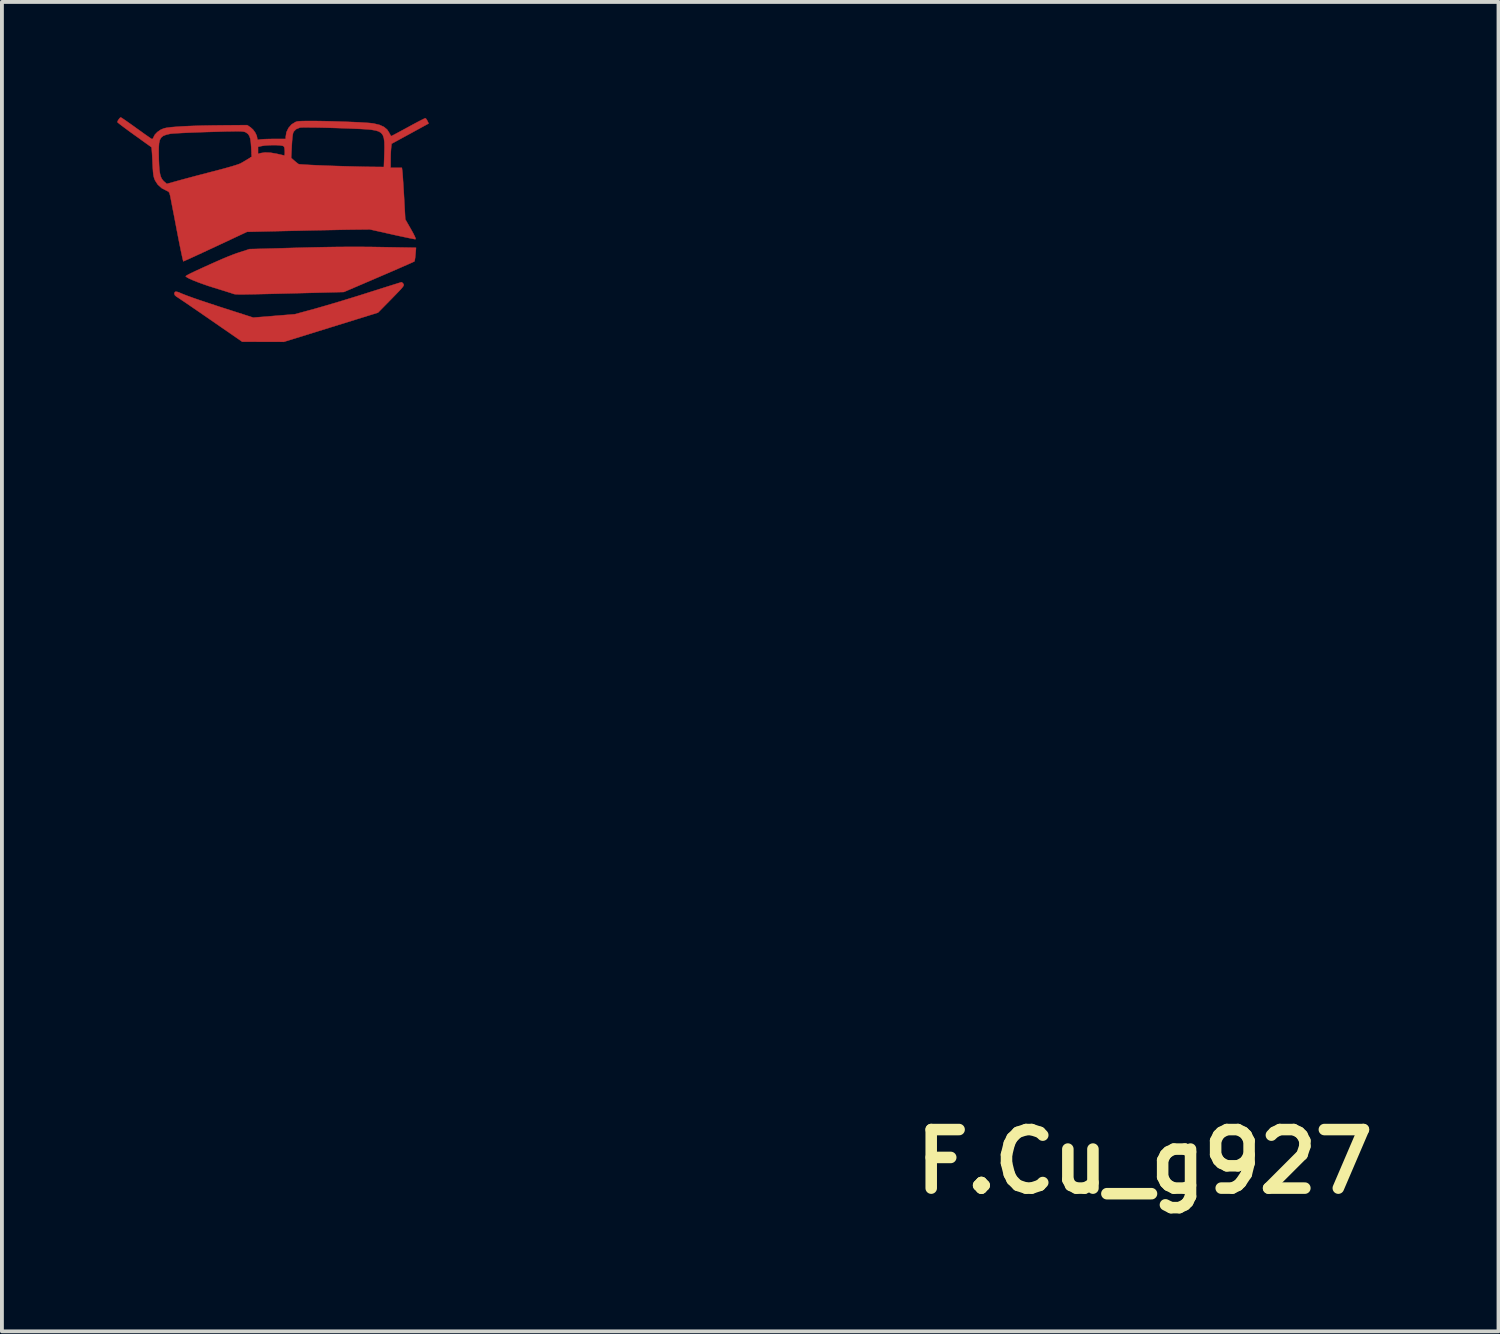
<source format=kicad_pcb>
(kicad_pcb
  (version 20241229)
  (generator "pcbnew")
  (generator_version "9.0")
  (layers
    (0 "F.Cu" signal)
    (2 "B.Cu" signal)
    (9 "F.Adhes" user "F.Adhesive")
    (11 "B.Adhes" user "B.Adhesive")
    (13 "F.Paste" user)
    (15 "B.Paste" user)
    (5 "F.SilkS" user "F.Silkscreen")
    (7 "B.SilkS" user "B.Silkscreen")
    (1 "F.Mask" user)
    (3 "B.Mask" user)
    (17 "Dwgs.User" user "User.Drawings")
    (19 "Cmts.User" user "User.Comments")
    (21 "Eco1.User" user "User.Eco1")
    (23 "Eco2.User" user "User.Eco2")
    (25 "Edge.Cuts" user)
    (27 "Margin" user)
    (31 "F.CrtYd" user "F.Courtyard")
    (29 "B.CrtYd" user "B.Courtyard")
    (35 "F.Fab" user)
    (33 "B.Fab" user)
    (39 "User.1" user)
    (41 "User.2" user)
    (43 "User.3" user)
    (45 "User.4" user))
  (footprint "F.Cu_g927"
    (layer "F.Cu")
    (at 26.738 27.183)
    (property "Reference" "F.Cu_g927" (at 0 0 0) (layer "F.SilkS") (effects (font (size 1.524 1.524) (thickness 0.3))))
    (attr through_hole)
    (fp_poly (pts (xy -19.316 -22.876) (xy -19.29 -22.846) (xy -19.282 -22.83) (xy -19.28 -22.813) (xy -19.289 -22.79) (xy -19.311 -22.758) (xy -19.351 -22.711) (xy -19.41 -22.648) (xy -19.493 -22.562) (xy -19.602 -22.45) (xy -19.604 -22.448) (xy -19.95 -22.096) (xy -21.176 -21.716) (xy -22.401 -21.336) (xy -23.484 -21.339) (xy -24.31 -21.91) (xy -24.478 -22.026) (xy -24.637 -22.136) (xy -24.784 -22.236) (xy -24.913 -22.325) (xy -25.023 -22.399) (xy -25.109 -22.457) (xy -25.167 -22.496) (xy -25.194 -22.512) (xy -25.236 -22.549) (xy -25.252 -22.592) (xy -25.239 -22.629) (xy -25.221 -22.641) (xy -25.184 -22.639) (xy -25.127 -22.622) (xy -25.099 -22.609) (xy -25.023 -22.577) (xy -24.909 -22.533) (xy -24.757 -22.478) (xy -24.569 -22.413) (xy -24.346 -22.339) (xy -24.09 -22.254) (xy -23.806 -22.163) (xy -23.197 -21.967) (xy -22.655 -22.011) (xy -22.114 -22.055) (xy -21.603 -22.194) (xy -21.466 -22.233) (xy -21.297 -22.282) (xy -21.103 -22.339) (xy -20.893 -22.402) (xy -20.675 -22.469) (xy -20.457 -22.536) (xy -20.248 -22.602) (xy -20.225 -22.61) (xy -20.041 -22.668) (xy -19.87 -22.722) (xy -19.716 -22.771) (xy -19.582 -22.813) (xy -19.474 -22.847) (xy -19.394 -22.872) (xy -19.349 -22.886) (xy -19.339 -22.889) (xy -19.316 -22.876)) (stroke (width 0.01) (type solid)) (fill yes) (layer "F.Cu"))
    (fp_poly (pts (xy -20.135 -23.806) (xy -19.889 -23.802) (xy -18.96 -23.786) (xy -18.974 -23.614) (xy -18.982 -23.533) (xy -18.992 -23.469) (xy -19.001 -23.432) (xy -19.003 -23.429) (xy -19.025 -23.418) (xy -19.082 -23.392) (xy -19.17 -23.353) (xy -19.286 -23.302) (xy -19.424 -23.242) (xy -19.582 -23.173) (xy -19.756 -23.098) (xy -19.928 -23.024) (xy -20.839 -22.633) (xy -21.823 -22.608) (xy -22.143 -22.6) (xy -22.423 -22.593) (xy -22.666 -22.587) (xy -22.876 -22.582) (xy -23.054 -22.578) (xy -23.203 -22.575) (xy -23.326 -22.573) (xy -23.427 -22.571) (xy -23.507 -22.571) (xy -23.569 -22.571) (xy -23.617 -22.572) (xy -23.652 -22.574) (xy -23.678 -22.577) (xy -23.698 -22.581) (xy -23.713 -22.585) (xy -23.727 -22.59) (xy -23.738 -22.594) (xy -23.785 -22.61) (xy -23.865 -22.635) (xy -23.969 -22.668) (xy -24.089 -22.705) (xy -24.215 -22.744) (xy -24.365 -22.791) (xy -24.509 -22.841) (xy -24.642 -22.89) (xy -24.758 -22.936) (xy -24.852 -22.977) (xy -24.919 -23.012) (xy -24.952 -23.037) (xy -24.955 -23.044) (xy -24.937 -23.059) (xy -24.888 -23.087) (xy -24.814 -23.125) (xy -24.723 -23.168) (xy -24.707 -23.176) (xy -24.474 -23.283) (xy -24.275 -23.373) (xy -24.106 -23.448) (xy -23.961 -23.511) (xy -23.836 -23.563) (xy -23.727 -23.605) (xy -23.63 -23.641) (xy -23.548 -23.668) (xy -23.294 -23.75) (xy -22.056 -23.784) (xy -21.677 -23.794) (xy -21.333 -23.801) (xy -21.015 -23.806) (xy -20.714 -23.808) (xy -20.424 -23.808) (xy -20.135 -23.806)) (stroke (width 0.01) (type solid)) (fill yes) (layer "F.Cu"))
    (fp_poly (pts (xy -26.624 -27.166) (xy -26.573 -27.133) (xy -26.499 -27.082) (xy -26.405 -27.016) (xy -26.298 -26.94) (xy -26.245 -26.901) (xy -26.132 -26.821) (xy -26.031 -26.748) (xy -25.945 -26.688) (xy -25.88 -26.643) (xy -25.842 -26.618) (xy -25.835 -26.614) (xy -25.809 -26.624) (xy -25.794 -26.658) (xy -25.758 -26.728) (xy -25.692 -26.797) (xy -25.607 -26.856) (xy -25.522 -26.892) (xy -25.447 -26.908) (xy -25.333 -26.923) (xy -25.181 -26.935) (xy -24.995 -26.947) (xy -24.776 -26.956) (xy -24.529 -26.964) (xy -24.254 -26.969) (xy -23.977 -26.972) (xy -23.355 -26.977) (xy -23.269 -26.92) (xy -23.202 -26.86) (xy -23.144 -26.78) (xy -23.105 -26.696) (xy -23.093 -26.632) (xy -23.088 -26.602) (xy -23.065 -26.595) (xy -23.024 -26.602) (xy -22.978 -26.607) (xy -22.9 -26.612) (xy -22.799 -26.615) (xy -22.685 -26.617) (xy -22.654 -26.617) (xy -22.352 -26.617) (xy -22.352 -26.67) (xy -22.333 -26.791) (xy -22.28 -26.902) (xy -22.2 -26.994) (xy -22.099 -27.057) (xy -22.055 -27.072) (xy -22.01 -27.078) (xy -21.927 -27.082) (xy -21.814 -27.084) (xy -21.674 -27.084) (xy -21.515 -27.083) (xy -21.341 -27.08) (xy -21.158 -27.076) (xy -20.972 -27.07) (xy -20.788 -27.064) (xy -20.612 -27.057) (xy -20.449 -27.05) (xy -20.305 -27.041) (xy -20.185 -27.033) (xy -20.096 -27.024) (xy -20.059 -27.018) (xy -19.909 -26.982) (xy -19.795 -26.93) (xy -19.712 -26.861) (xy -19.664 -26.787) (xy -19.635 -26.732) (xy -19.613 -26.697) (xy -19.606 -26.691) (xy -19.584 -26.701) (xy -19.531 -26.728) (xy -19.452 -26.77) (xy -19.352 -26.824) (xy -19.236 -26.887) (xy -19.167 -26.924) (xy -19.045 -26.991) (xy -18.934 -27.05) (xy -18.84 -27.099) (xy -18.77 -27.134) (xy -18.728 -27.154) (xy -18.72 -27.157) (xy -18.697 -27.14) (xy -18.67 -27.097) (xy -18.665 -27.088) (xy -18.632 -27.019) (xy -19.114 -26.755) (xy -19.596 -26.492) (xy -19.608 -26.385) (xy -19.614 -26.315) (xy -19.619 -26.219) (xy -19.621 -26.114) (xy -19.621 -26.072) (xy -19.622 -25.866) (xy -19.328 -25.866) (xy -19.317 -25.776) (xy -19.312 -25.731) (xy -19.306 -25.65) (xy -19.299 -25.541) (xy -19.29 -25.408) (xy -19.281 -25.26) (xy -19.272 -25.105) (xy -19.24 -24.525) (xy -19.093 -24.269) (xy -19.033 -24.161) (xy -18.992 -24.079) (xy -18.971 -24.027) (xy -18.973 -24.008) (xy -19 -24.01) (xy -19.062 -24.022) (xy -19.155 -24.04) (xy -19.272 -24.065) (xy -19.409 -24.094) (xy -19.559 -24.127) (xy -19.58 -24.132) (xy -20.161 -24.262) (xy -20.542 -24.258) (xy -20.636 -24.257) (xy -20.767 -24.255) (xy -20.93 -24.252) (xy -21.118 -24.248) (xy -21.327 -24.244) (xy -21.551 -24.24) (xy -21.784 -24.235) (xy -22.022 -24.229) (xy -22.141 -24.227) (xy -23.359 -24.199) (xy -24.179 -23.815) (xy -24.353 -23.734) (xy -24.515 -23.659) (xy -24.661 -23.591) (xy -24.788 -23.533) (xy -24.89 -23.486) (xy -24.965 -23.453) (xy -25.007 -23.435) (xy -25.016 -23.431) (xy -25.023 -23.452) (xy -25.037 -23.509) (xy -25.057 -23.599) (xy -25.082 -23.717) (xy -25.111 -23.859) (xy -25.143 -24.02) (xy -25.177 -24.196) (xy -25.186 -24.241) (xy -25.221 -24.425) (xy -25.254 -24.599) (xy -25.285 -24.758) (xy -25.312 -24.897) (xy -25.334 -25.012) (xy -25.35 -25.095) (xy -25.36 -25.143) (xy -25.361 -25.147) (xy -25.378 -25.21) (xy -25.404 -25.246) (xy -25.449 -25.269) (xy -25.451 -25.27) (xy -25.578 -25.335) (xy -25.682 -25.429) (xy -25.752 -25.537) (xy -25.771 -25.583) (xy -25.785 -25.63) (xy -25.796 -25.686) (xy -25.804 -25.759) (xy -25.811 -25.857) (xy -25.818 -25.987) (xy -25.819 -26.021) (xy -25.825 -26.142) (xy -25.831 -26.247) (xy -25.832 -26.257) (xy -25.657 -26.257) (xy -25.654 -26.068) (xy -25.647 -25.916) (xy -25.637 -25.796) (xy -25.622 -25.703) (xy -25.602 -25.631) (xy -25.574 -25.575) (xy -25.539 -25.53) (xy -25.518 -25.51) (xy -25.447 -25.448) (xy -25.111 -25.541) (xy -24.997 -25.572) (xy -24.851 -25.611) (xy -24.684 -25.656) (xy -24.506 -25.702) (xy -24.327 -25.749) (xy -24.194 -25.783) (xy -24.038 -25.824) (xy -23.893 -25.864) (xy -23.762 -25.901) (xy -23.654 -25.934) (xy -23.574 -25.961) (xy -23.529 -25.979) (xy -23.527 -25.98) (xy -23.457 -26.02) (xy -23.376 -26.068) (xy -23.34 -26.09) (xy -23.284 -26.124) (xy -22.21 -26.124) (xy -22.13 -26.053) (xy -22.076 -26.007) (xy -22.031 -25.972) (xy -22.016 -25.962) (xy -21.988 -25.957) (xy -21.923 -25.952) (xy -21.825 -25.946) (xy -21.699 -25.939) (xy -21.55 -25.932) (xy -21.382 -25.925) (xy -21.201 -25.918) (xy -21.011 -25.912) (xy -20.817 -25.906) (xy -20.624 -25.901) (xy -20.436 -25.896) (xy -20.259 -25.892) (xy -20.097 -25.89) (xy -20.096 -25.89) (xy -19.797 -25.887) (xy -19.785 -26.225) (xy -19.781 -26.399) (xy -19.784 -26.536) (xy -19.798 -26.641) (xy -19.825 -26.718) (xy -19.869 -26.774) (xy -19.931 -26.812) (xy -20.014 -26.838) (xy -20.122 -26.856) (xy -20.135 -26.858) (xy -20.199 -26.864) (xy -20.297 -26.871) (xy -20.421 -26.878) (xy -20.567 -26.884) (xy -20.729 -26.891) (xy -20.901 -26.897) (xy -21.077 -26.903) (xy -21.253 -26.908) (xy -21.422 -26.912) (xy -21.579 -26.915) (xy -21.718 -26.916) (xy -21.834 -26.917) (xy -21.92 -26.916) (xy -21.972 -26.913) (xy -21.982 -26.912) (xy -22.079 -26.873) (xy -22.141 -26.811) (xy -22.159 -26.774) (xy -22.168 -26.73) (xy -22.178 -26.654) (xy -22.187 -26.555) (xy -22.194 -26.443) (xy -22.195 -26.417) (xy -22.21 -26.124) (xy -23.284 -26.124) (xy -23.238 -26.151) (xy -23.249 -26.389) (xy -23.251 -26.412) (xy -23.072 -26.412) (xy -23.072 -26.228) (xy -23.003 -26.248) (xy -22.89 -26.265) (xy -22.749 -26.259) (xy -22.585 -26.231) (xy -22.564 -26.226) (xy -22.486 -26.208) (xy -22.424 -26.194) (xy -22.39 -26.186) (xy -22.388 -26.186) (xy -22.38 -26.203) (xy -22.376 -26.252) (xy -22.377 -26.304) (xy -22.383 -26.374) (xy -22.394 -26.412) (xy -22.415 -26.432) (xy -22.437 -26.439) (xy -22.499 -26.449) (xy -22.59 -26.455) (xy -22.696 -26.456) (xy -22.804 -26.452) (xy -22.9 -26.445) (xy -22.965 -26.435) (xy -23.072 -26.412) (xy -23.251 -26.412) (xy -23.259 -26.524) (xy -23.274 -26.623) (xy -23.298 -26.695) (xy -23.333 -26.746) (xy -23.382 -26.783) (xy -23.395 -26.79) (xy -23.414 -26.798) (xy -23.438 -26.805) (xy -23.47 -26.81) (xy -23.515 -26.814) (xy -23.576 -26.816) (xy -23.658 -26.816) (xy -23.765 -26.814) (xy -23.9 -26.812) (xy -24.069 -26.807) (xy -24.274 -26.801) (xy -24.352 -26.799) (xy -24.547 -26.793) (xy -24.733 -26.786) (xy -24.904 -26.779) (xy -25.056 -26.772) (xy -25.183 -26.765) (xy -25.28 -26.759) (xy -25.343 -26.753) (xy -25.357 -26.751) (xy -25.461 -26.727) (xy -25.539 -26.697) (xy -25.593 -26.653) (xy -25.629 -26.59) (xy -25.649 -26.501) (xy -25.657 -26.382) (xy -25.657 -26.257) (xy -25.832 -26.257) (xy -25.837 -26.33) (xy -25.842 -26.383) (xy -25.845 -26.401) (xy -25.864 -26.415) (xy -25.913 -26.45) (xy -25.987 -26.503) (xy -26.082 -26.571) (xy -26.191 -26.65) (xy -26.294 -26.723) (xy -26.413 -26.809) (xy -26.52 -26.888) (xy -26.61 -26.955) (xy -26.679 -27.008) (xy -26.721 -27.043) (xy -26.733 -27.056) (xy -26.722 -27.089) (xy -26.695 -27.131) (xy -26.665 -27.166) (xy -26.646 -27.178) (xy -26.624 -27.166)) (stroke (width 0.01) (type solid)) (fill yes) (layer "F.Cu")))
  (gr_rect
    (start -3 -3)
    (end 35.951 31.601)
    (stroke (width 0.1) (type default))
    (fill no)
    (layer "Edge.Cuts")))
</source>
